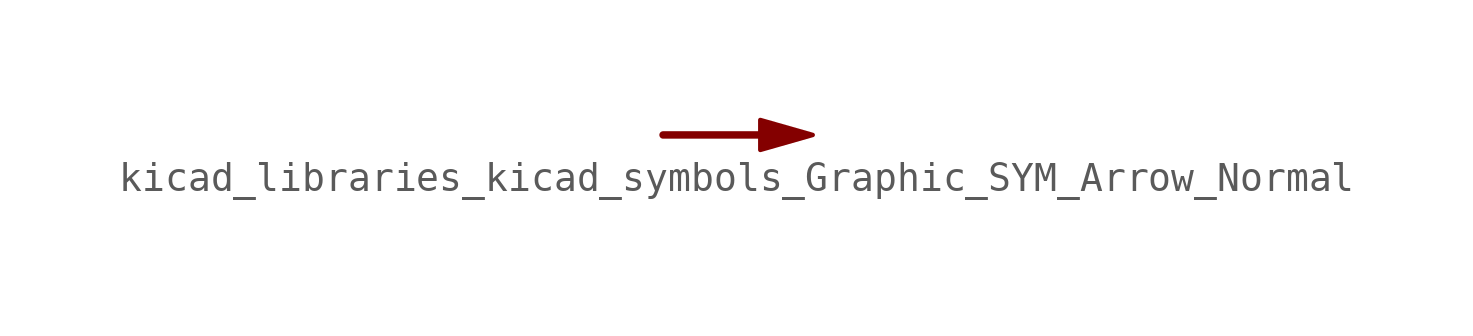
<source format=kicad_sym>
(kicad_symbol_lib
  (version 20220914)
  (generator kicad_symbol_editor)
  (symbol "kicad_libraries_kicad_symbols_Graphic_SYM_Arrow_Normal"
    (property "Reference" "#SYM"
      (at 0 1.524 0)
      (effects (font (size 1.27 1.27)) hide))
    (symbol "kicad_libraries_kicad_symbols_Graphic_SYM_Arrow_Normal_0_1"
      (polyline (pts (xy 1.524 0) (xy -2.54 0)) (stroke (width 0.254) (type default)) (fill (type none)))
      (polyline (pts (xy 2.54 0) (xy 0.762 -0.508) (xy 0.762 0.508) (xy 2.54 0)) (stroke (width 0) (type default)) (fill (type outline))))))
</source>
